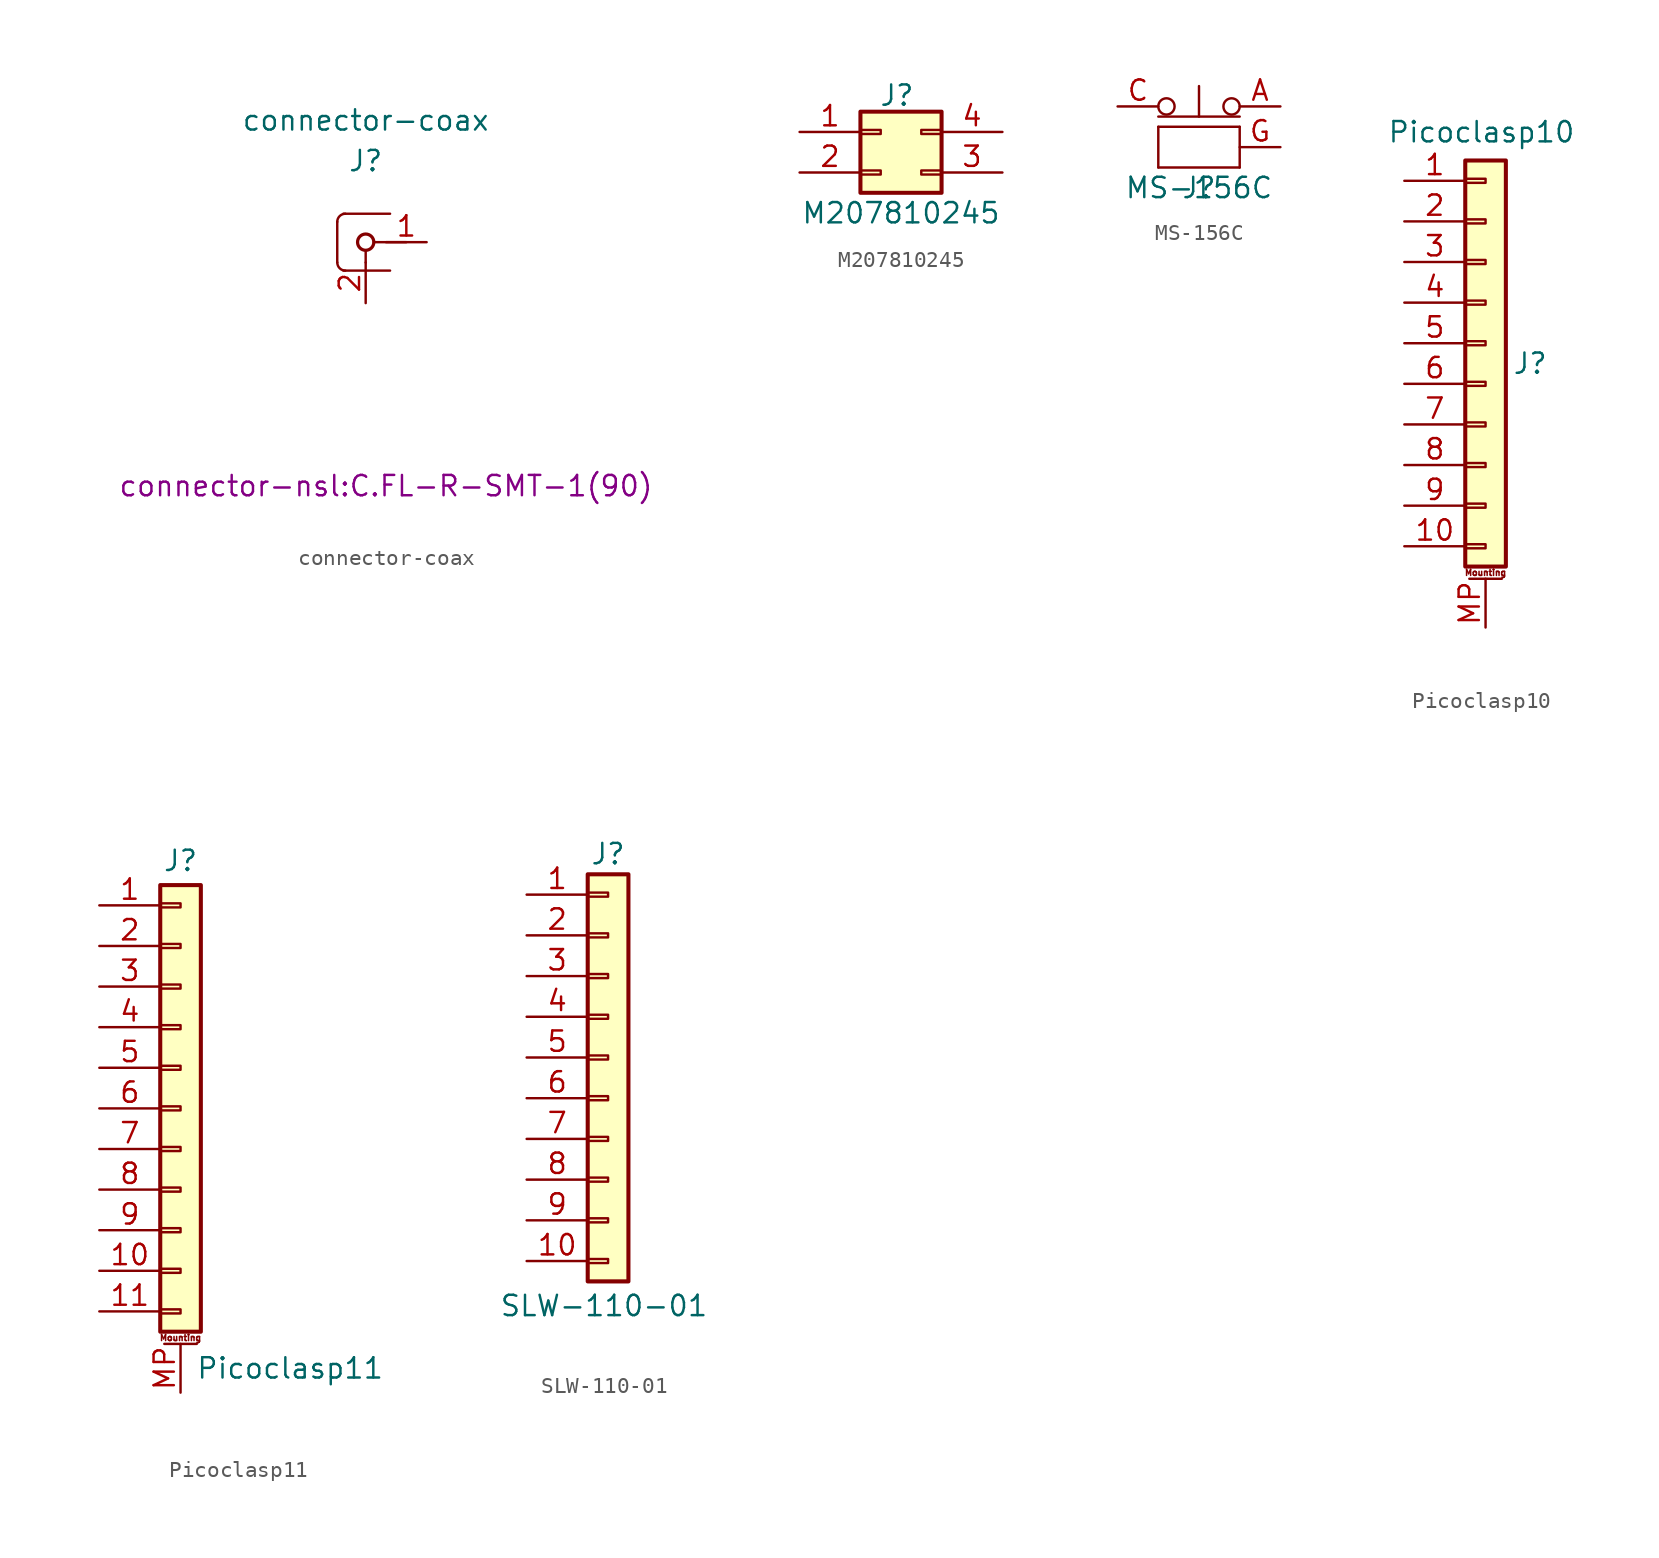
<source format=kicad_sym>
(kicad_symbol_lib
  (version 20211014)
  (generator kicad_symbol_editor)
  (symbol "connector-coax"
    (property "Reference" "J"
      (at 0 5.08 0)
      (effects (font (size 1.27 1.27))))
    (property "Value" "connector-coax"
      (at 0 7.62 0)
      (effects (font (size 1.27 1.27))))
    (property "Footprint" "connector-nsl:C.FL-R-SMT-1(90)"
      (at 1.27 -15.24 0)
      (effects (font (size 1.27 1.27))))
    (symbol "connector-coax_0_1"
      (arc (start -1.778 -1.27) (mid -1.6292 -1.6292) (end -1.27 -1.778) (stroke (width 0) (type default) (color 0 0 0 0)) (fill (type none)))
      (arc (start -1.27 1.778) (mid -1.6292 1.6292) (end -1.778 1.27) (stroke (width 0) (type default) (color 0 0 0 0)) (fill (type none)))
      (polyline (pts (xy -1.778 -1.27) (xy -1.778 1.27)) (stroke (width 0) (type default) (color 0 0 0 0)) (fill (type none)))
      (polyline (pts (xy 0 -1.27) (xy 0 -0.508)) (stroke (width 0) (type default) (color 0 0 0 0)) (fill (type none)))
      (polyline (pts (xy 1.524 -1.778) (xy -1.397 -1.778)) (stroke (width 0) (type default) (color 0 0 0 0)) (fill (type none)))
      (polyline (pts (xy 1.524 1.778) (xy -1.397 1.778)) (stroke (width 0) (type default) (color 0 0 0 0)) (fill (type none)))
      (polyline (pts (xy 2.54 0) (xy 0.508 0)) (stroke (width 0) (type default) (color 0 0 0 0)) (fill (type none)))
      (circle (center 0 0) (radius 0.508) (stroke (width 0.203) (type default) (color 0 0 0 0)) (fill (type none))))
    (symbol "connector-coax_1_1"
      (pin bidirectional line (at 3.81 0 180) (length 2.54) (name "" (effects (font (size 1.27 1.27)))) (number "1" (effects (font (size 1.27 1.27)))))
      (pin bidirectional line (at 0 -3.81 90) (length 2.54) (name "" (effects (font (size 1.27 1.27)))) (number "2" (effects (font (size 1.27 1.27)))))))
  (symbol "M207810245"
    (property "Reference" "J"
      (at -0.254 3.556 0)
      (effects (font (size 1.27 1.27))))
    (property "Value" "M207810245"
      (at 0 -3.81 0)
      (effects (font (size 1.27 1.27))))
    (symbol "M207810245_1_1"
      (rectangle (start -2.54 -1.143) (end -1.27 -1.397) (stroke (width 0.152) (type default) (color 0 0 0 0)) (fill (type none)))
      (rectangle (start -2.54 1.397) (end -1.27 1.143) (stroke (width 0.152) (type default) (color 0 0 0 0)) (fill (type none)))
      (rectangle (start -2.54 2.54) (end 2.54 -2.54) (stroke (width 0.254) (type default) (color 0 0 0 0)) (fill (type background)))
      (rectangle (start 2.54 -1.143) (end 1.27 -1.397) (stroke (width 0.152) (type default) (color 0 0 0 0)) (fill (type none)))
      (rectangle (start 2.54 1.397) (end 1.27 1.143) (stroke (width 0.152) (type default) (color 0 0 0 0)) (fill (type none)))
      (pin passive line (at -6.35 1.27 0) (length 3.81) (name "" (effects (font (size 1.27 1.27)))) (number "1" (effects (font (size 1.27 1.27)))))
      (pin passive line (at -6.35 -1.27 0) (length 3.81) (name "" (effects (font (size 1.27 1.27)))) (number "2" (effects (font (size 1.27 1.27)))))
      (pin passive line (at 6.35 -1.27 180) (length 3.81) (name "" (effects (font (size 1.27 1.27)))) (number "3" (effects (font (size 1.27 1.27)))))
      (pin passive line (at 6.35 1.27 180) (length 3.81) (name "" (effects (font (size 1.27 1.27)))) (number "4" (effects (font (size 1.27 1.27)))))))
  (symbol "MS-156C"
    (property "Reference" "J"
      (at 0 -2.54 0)
      (effects (font (size 1.27 1.27))))
    (property "Value" "MS-156C"
      (at 0 -2.54 0)
      (effects (font (size 1.27 1.27))))
    (symbol "MS-156C_0_1"
      (rectangle (start -2.54 -1.27) (end 2.54 -1.27) (stroke (width 0) (type default) (color 0 0 0 0)) (fill (type none)))
      (rectangle (start -2.54 1.27) (end -2.54 -1.27) (stroke (width 0) (type default) (color 0 0 0 0)) (fill (type none)))
      (rectangle (start 2.54 1.27) (end -2.54 1.27) (stroke (width 0) (type default) (color 0 0 0 0)) (fill (type none)))
      (rectangle (start 2.54 1.27) (end 2.54 -1.27) (stroke (width 0) (type default) (color 0 0 0 0)) (fill (type none))))
    (symbol "MS-156C_1_1"
      (circle (center -2.032 2.54) (radius 0.508) (stroke (width 0) (type default) (color 0 0 0 0)) (fill (type none)))
      (polyline (pts (xy -2.54 1.905) (xy 2.54 1.905)) (stroke (width 0) (type default) (color 0 0 0 0)) (fill (type none)))
      (polyline (pts (xy 0 1.905) (xy 0 3.81)) (stroke (width 0) (type default) (color 0 0 0 0)) (fill (type none)))
      (circle (center 2.032 2.54) (radius 0.508) (stroke (width 0) (type default) (color 0 0 0 0)) (fill (type none)))
      (pin passive line (at 5.08 2.54 180) (length 2.54) (name "" (effects (font (size 1.27 1.27)))) (number "A" (effects (font (size 1.27 1.27)))))
      (pin passive line (at -5.08 2.54 0) (length 2.54) (name "" (effects (font (size 1.27 1.27)))) (number "C" (effects (font (size 1.27 1.27)))))
      (pin passive line (at 5.08 0 180) (length 2.54) (name "" (effects (font (size 1.27 1.27)))) (number "G" (effects (font (size 1.27 1.27)))))))
  (symbol "Picoclasp10"
    (property "Reference" "J"
      (at 2.794 0 0)
      (effects (font (size 1.27 1.27))))
    (property "Value" "Picoclasp10"
      (at -0.254 14.478 0)
      (effects (font (size 1.27 1.27))))
    (symbol "Picoclasp10_1_1"
      (rectangle (start -1.27 -11.303) (end 0 -11.557) (stroke (width 0.152) (type default) (color 0 0 0 0)) (fill (type none)))
      (rectangle (start -1.27 -8.763) (end 0 -9.017) (stroke (width 0.152) (type default) (color 0 0 0 0)) (fill (type none)))
      (rectangle (start -1.27 -6.223) (end 0 -6.477) (stroke (width 0.152) (type default) (color 0 0 0 0)) (fill (type none)))
      (rectangle (start -1.27 -3.683) (end 0 -3.937) (stroke (width 0.152) (type default) (color 0 0 0 0)) (fill (type none)))
      (rectangle (start -1.27 -1.143) (end 0 -1.397) (stroke (width 0.152) (type default) (color 0 0 0 0)) (fill (type none)))
      (rectangle (start -1.27 1.397) (end 0 1.143) (stroke (width 0.152) (type default) (color 0 0 0 0)) (fill (type none)))
      (rectangle (start -1.27 3.937) (end 0 3.683) (stroke (width 0.152) (type default) (color 0 0 0 0)) (fill (type none)))
      (rectangle (start -1.27 6.477) (end 0 6.223) (stroke (width 0.152) (type default) (color 0 0 0 0)) (fill (type none)))
      (rectangle (start -1.27 9.017) (end 0 8.763) (stroke (width 0.152) (type default) (color 0 0 0 0)) (fill (type none)))
      (rectangle (start -1.27 11.557) (end 0 11.303) (stroke (width 0.152) (type default) (color 0 0 0 0)) (fill (type none)))
      (rectangle (start -1.27 12.7) (end 1.27 -12.7) (stroke (width 0.254) (type default) (color 0 0 0 0)) (fill (type background)))
      (polyline (pts (xy -1.016 -13.462) (xy 1.016 -13.462)) (stroke (width 0.152) (type default) (color 0 0 0 0)) (fill (type none)))
      (text "Mounting" (at 0 -13.081 0) (effects (font (size 0.381 0.381))))
      (pin passive line (at -5.08 11.43 0) (length 3.81) (name "" (effects (font (size 1.27 1.27)))) (number "1" (effects (font (size 1.27 1.27)))))
      (pin passive line (at -5.08 -11.43 0) (length 3.81) (name "" (effects (font (size 1.27 1.27)))) (number "10" (effects (font (size 1.27 1.27)))))
      (pin passive line (at -5.08 8.89 0) (length 3.81) (name "" (effects (font (size 1.27 1.27)))) (number "2" (effects (font (size 1.27 1.27)))))
      (pin passive line (at -5.08 6.35 0) (length 3.81) (name "" (effects (font (size 1.27 1.27)))) (number "3" (effects (font (size 1.27 1.27)))))
      (pin passive line (at -5.08 3.81 0) (length 3.81) (name "" (effects (font (size 1.27 1.27)))) (number "4" (effects (font (size 1.27 1.27)))))
      (pin passive line (at -5.08 1.27 0) (length 3.81) (name "" (effects (font (size 1.27 1.27)))) (number "5" (effects (font (size 1.27 1.27)))))
      (pin passive line (at -5.08 -1.27 0) (length 3.81) (name "" (effects (font (size 1.27 1.27)))) (number "6" (effects (font (size 1.27 1.27)))))
      (pin passive line (at -5.08 -3.81 0) (length 3.81) (name "" (effects (font (size 1.27 1.27)))) (number "7" (effects (font (size 1.27 1.27)))))
      (pin passive line (at -5.08 -6.35 0) (length 3.81) (name "" (effects (font (size 1.27 1.27)))) (number "8" (effects (font (size 1.27 1.27)))))
      (pin passive line (at -5.08 -8.89 0) (length 3.81) (name "" (effects (font (size 1.27 1.27)))) (number "9" (effects (font (size 1.27 1.27)))))
      (pin passive line (at 0 -16.51 90) (length 3.048) (name "" (effects (font (size 1.27 1.27)))) (number "MP" (effects (font (size 1.27 1.27)))))))
  (symbol "Picoclasp11"
    (property "Reference" "J"
      (at 0 15.494 0)
      (effects (font (size 1.27 1.27))))
    (property "Value" "Picoclasp11"
      (at 6.858 -16.256 0)
      (effects (font (size 1.27 1.27))))
    (symbol "Picoclasp11_1_1"
      (rectangle (start -1.27 -12.573) (end 0 -12.827) (stroke (width 0.152) (type default) (color 0 0 0 0)) (fill (type none)))
      (rectangle (start -1.27 -10.033) (end 0 -10.287) (stroke (width 0.152) (type default) (color 0 0 0 0)) (fill (type none)))
      (rectangle (start -1.27 -7.493) (end 0 -7.747) (stroke (width 0.152) (type default) (color 0 0 0 0)) (fill (type none)))
      (rectangle (start -1.27 -4.953) (end 0 -5.207) (stroke (width 0.152) (type default) (color 0 0 0 0)) (fill (type none)))
      (rectangle (start -1.27 -2.413) (end 0 -2.667) (stroke (width 0.152) (type default) (color 0 0 0 0)) (fill (type none)))
      (rectangle (start -1.27 0.127) (end 0 -0.127) (stroke (width 0.152) (type default) (color 0 0 0 0)) (fill (type none)))
      (rectangle (start -1.27 2.667) (end 0 2.413) (stroke (width 0.152) (type default) (color 0 0 0 0)) (fill (type none)))
      (rectangle (start -1.27 5.207) (end 0 4.953) (stroke (width 0.152) (type default) (color 0 0 0 0)) (fill (type none)))
      (rectangle (start -1.27 7.747) (end 0 7.493) (stroke (width 0.152) (type default) (color 0 0 0 0)) (fill (type none)))
      (rectangle (start -1.27 10.287) (end 0 10.033) (stroke (width 0.152) (type default) (color 0 0 0 0)) (fill (type none)))
      (rectangle (start -1.27 12.827) (end 0 12.573) (stroke (width 0.152) (type default) (color 0 0 0 0)) (fill (type none)))
      (rectangle (start -1.27 13.97) (end 1.27 -13.97) (stroke (width 0.254) (type default) (color 0 0 0 0)) (fill (type background)))
      (polyline (pts (xy -1.016 -14.732) (xy 1.016 -14.732)) (stroke (width 0.152) (type default) (color 0 0 0 0)) (fill (type none)))
      (text "Mounting" (at 0 -14.351 0) (effects (font (size 0.381 0.381))))
      (pin passive line (at -5.08 12.7 0) (length 3.81) (name "" (effects (font (size 1.27 1.27)))) (number "1" (effects (font (size 1.27 1.27)))))
      (pin passive line (at -5.08 -10.16 0) (length 3.81) (name "" (effects (font (size 1.27 1.27)))) (number "10" (effects (font (size 1.27 1.27)))))
      (pin passive line (at -5.08 -12.7 0) (length 3.81) (name "" (effects (font (size 1.27 1.27)))) (number "11" (effects (font (size 1.27 1.27)))))
      (pin passive line (at -5.08 10.16 0) (length 3.81) (name "" (effects (font (size 1.27 1.27)))) (number "2" (effects (font (size 1.27 1.27)))))
      (pin passive line (at -5.08 7.62 0) (length 3.81) (name "" (effects (font (size 1.27 1.27)))) (number "3" (effects (font (size 1.27 1.27)))))
      (pin passive line (at -5.08 5.08 0) (length 3.81) (name "" (effects (font (size 1.27 1.27)))) (number "4" (effects (font (size 1.27 1.27)))))
      (pin passive line (at -5.08 2.54 0) (length 3.81) (name "" (effects (font (size 1.27 1.27)))) (number "5" (effects (font (size 1.27 1.27)))))
      (pin passive line (at -5.08 0 0) (length 3.81) (name "" (effects (font (size 1.27 1.27)))) (number "6" (effects (font (size 1.27 1.27)))))
      (pin passive line (at -5.08 -2.54 0) (length 3.81) (name "" (effects (font (size 1.27 1.27)))) (number "7" (effects (font (size 1.27 1.27)))))
      (pin passive line (at -5.08 -5.08 0) (length 3.81) (name "" (effects (font (size 1.27 1.27)))) (number "8" (effects (font (size 1.27 1.27)))))
      (pin passive line (at -5.08 -7.62 0) (length 3.81) (name "" (effects (font (size 1.27 1.27)))) (number "9" (effects (font (size 1.27 1.27)))))
      (pin passive line (at 0 -17.78 90) (length 3.048) (name "" (effects (font (size 1.27 1.27)))) (number "MP" (effects (font (size 1.27 1.27)))))))
  (symbol "SLW-110-01"
    (property "Reference" "J"
      (at 0 13.97 0)
      (effects (font (size 1.27 1.27))))
    (property "Value" "SLW-110-01"
      (at -0.254 -14.224 0)
      (effects (font (size 1.27 1.27))))
    (symbol "SLW-110-01_1_1"
      (rectangle (start -1.27 -11.303) (end 0 -11.557) (stroke (width 0.152) (type default) (color 0 0 0 0)) (fill (type none)))
      (rectangle (start -1.27 -8.763) (end 0 -9.017) (stroke (width 0.152) (type default) (color 0 0 0 0)) (fill (type none)))
      (rectangle (start -1.27 -6.223) (end 0 -6.477) (stroke (width 0.152) (type default) (color 0 0 0 0)) (fill (type none)))
      (rectangle (start -1.27 -3.683) (end 0 -3.937) (stroke (width 0.152) (type default) (color 0 0 0 0)) (fill (type none)))
      (rectangle (start -1.27 -1.143) (end 0 -1.397) (stroke (width 0.152) (type default) (color 0 0 0 0)) (fill (type none)))
      (rectangle (start -1.27 1.397) (end 0 1.143) (stroke (width 0.152) (type default) (color 0 0 0 0)) (fill (type none)))
      (rectangle (start -1.27 3.937) (end 0 3.683) (stroke (width 0.152) (type default) (color 0 0 0 0)) (fill (type none)))
      (rectangle (start -1.27 6.477) (end 0 6.223) (stroke (width 0.152) (type default) (color 0 0 0 0)) (fill (type none)))
      (rectangle (start -1.27 9.017) (end 0 8.763) (stroke (width 0.152) (type default) (color 0 0 0 0)) (fill (type none)))
      (rectangle (start -1.27 11.557) (end 0 11.303) (stroke (width 0.152) (type default) (color 0 0 0 0)) (fill (type none)))
      (rectangle (start -1.27 12.7) (end 1.27 -12.7) (stroke (width 0.254) (type default) (color 0 0 0 0)) (fill (type background)))
      (pin passive line (at -5.08 11.43 0) (length 3.81) (name "" (effects (font (size 1.27 1.27)))) (number "1" (effects (font (size 1.27 1.27)))))
      (pin passive line (at -5.08 -11.43 0) (length 3.81) (name "" (effects (font (size 1.27 1.27)))) (number "10" (effects (font (size 1.27 1.27)))))
      (pin passive line (at -5.08 8.89 0) (length 3.81) (name "" (effects (font (size 1.27 1.27)))) (number "2" (effects (font (size 1.27 1.27)))))
      (pin passive line (at -5.08 6.35 0) (length 3.81) (name "" (effects (font (size 1.27 1.27)))) (number "3" (effects (font (size 1.27 1.27)))))
      (pin passive line (at -5.08 3.81 0) (length 3.81) (name "" (effects (font (size 1.27 1.27)))) (number "4" (effects (font (size 1.27 1.27)))))
      (pin passive line (at -5.08 1.27 0) (length 3.81) (name "" (effects (font (size 1.27 1.27)))) (number "5" (effects (font (size 1.27 1.27)))))
      (pin passive line (at -5.08 -1.27 0) (length 3.81) (name "" (effects (font (size 1.27 1.27)))) (number "6" (effects (font (size 1.27 1.27)))))
      (pin passive line (at -5.08 -3.81 0) (length 3.81) (name "" (effects (font (size 1.27 1.27)))) (number "7" (effects (font (size 1.27 1.27)))))
      (pin passive line (at -5.08 -6.35 0) (length 3.81) (name "" (effects (font (size 1.27 1.27)))) (number "8" (effects (font (size 1.27 1.27)))))
      (pin passive line (at -5.08 -8.89 0) (length 3.81) (name "" (effects (font (size 1.27 1.27)))) (number "9" (effects (font (size 1.27 1.27))))))))
</source>
